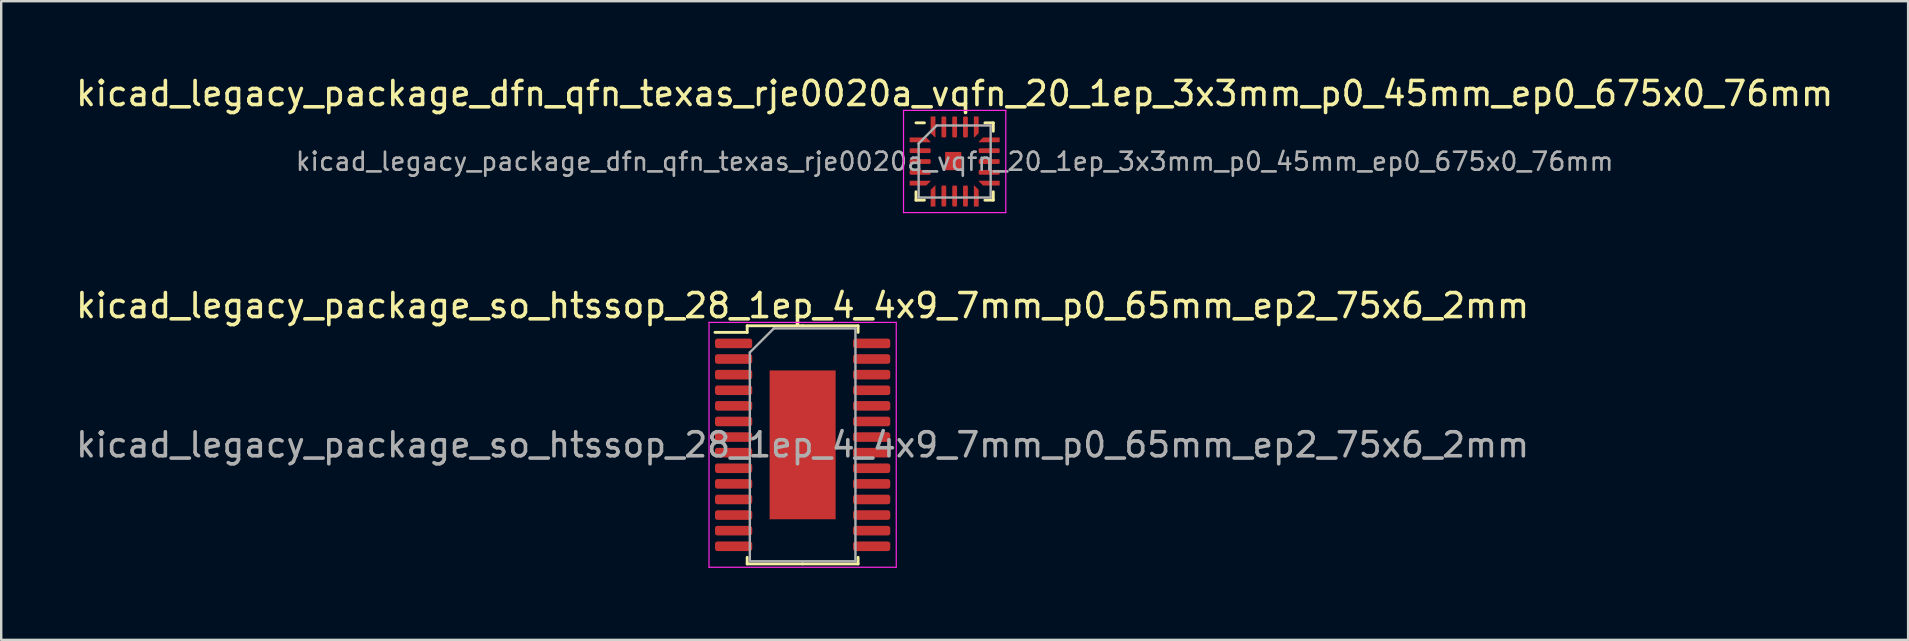
<source format=kicad_pcb>
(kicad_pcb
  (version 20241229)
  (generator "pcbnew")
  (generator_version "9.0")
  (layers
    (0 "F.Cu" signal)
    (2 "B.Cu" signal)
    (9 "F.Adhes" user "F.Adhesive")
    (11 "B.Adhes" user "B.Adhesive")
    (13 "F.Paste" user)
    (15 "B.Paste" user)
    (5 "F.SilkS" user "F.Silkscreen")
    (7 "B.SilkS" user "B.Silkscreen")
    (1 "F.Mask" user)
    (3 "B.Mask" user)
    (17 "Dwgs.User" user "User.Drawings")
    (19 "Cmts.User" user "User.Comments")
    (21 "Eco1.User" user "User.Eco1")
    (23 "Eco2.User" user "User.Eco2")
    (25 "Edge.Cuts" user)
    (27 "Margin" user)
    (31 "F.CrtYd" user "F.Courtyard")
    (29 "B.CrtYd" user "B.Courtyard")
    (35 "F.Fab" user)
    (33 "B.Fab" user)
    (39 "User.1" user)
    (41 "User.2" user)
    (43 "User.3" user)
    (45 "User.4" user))
  (footprint "kicad_legacy_package_so_htssop_28_1ep_4_4x9_7mm_p0_65mm_ep2_75x6_2mm"
    (layer "F.Cu")
    (at 30.387 15.482)
    (property "Reference" "kicad_legacy_package_so_htssop_28_1ep_4_4x9_7mm_p0_65mm_ep2_75x6_2mm" (at 0 -5.8 0) (layer "F.SilkS") (effects (font (size 1 1) (thickness 0.15))))
    (attr smd)
    (fp_line (start -2.31 -4.96) (end -2.31 -4.685) (stroke (width 0.12) (type solid)) (layer "F.SilkS"))
    (fp_line (start -2.31 -4.685) (end -3.65 -4.685) (stroke (width 0.12) (type solid)) (layer "F.SilkS"))
    (fp_line (start -2.31 4.96) (end -2.31 4.685) (stroke (width 0.12) (type solid)) (layer "F.SilkS"))
    (fp_line (start 0 -4.96) (end -2.31 -4.96) (stroke (width 0.12) (type solid)) (layer "F.SilkS"))
    (fp_line (start 0 -4.96) (end 2.31 -4.96) (stroke (width 0.12) (type solid)) (layer "F.SilkS"))
    (fp_line (start 0 4.96) (end -2.31 4.96) (stroke (width 0.12) (type solid)) (layer "F.SilkS"))
    (fp_line (start 0 4.96) (end 2.31 4.96) (stroke (width 0.12) (type solid)) (layer "F.SilkS"))
    (fp_line (start 2.31 -4.96) (end 2.31 -4.685) (stroke (width 0.12) (type solid)) (layer "F.SilkS"))
    (fp_line (start 2.31 4.96) (end 2.31 4.685) (stroke (width 0.12) (type solid)) (layer "F.SilkS"))
    (fp_line (start -3.9 -5.1) (end -3.9 5.1) (stroke (width 0.05) (type solid)) (layer "F.CrtYd"))
    (fp_line (start -3.9 5.1) (end 3.9 5.1) (stroke (width 0.05) (type solid)) (layer "F.CrtYd"))
    (fp_line (start 3.9 -5.1) (end -3.9 -5.1) (stroke (width 0.05) (type solid)) (layer "F.CrtYd"))
    (fp_line (start 3.9 5.1) (end 3.9 -5.1) (stroke (width 0.05) (type solid)) (layer "F.CrtYd"))
    (fp_line (start -2.2 -3.85) (end -1.2 -4.85) (stroke (width 0.1) (type solid)) (layer "F.Fab"))
    (fp_line (start -2.2 4.85) (end -2.2 -3.85) (stroke (width 0.1) (type solid)) (layer "F.Fab"))
    (fp_line (start -1.2 -4.85) (end 2.2 -4.85) (stroke (width 0.1) (type solid)) (layer "F.Fab"))
    (fp_line (start 2.2 -4.85) (end 2.2 4.85) (stroke (width 0.1) (type solid)) (layer "F.Fab"))
    (fp_line (start 2.2 4.85) (end -2.2 4.85) (stroke (width 0.1) (type solid)) (layer "F.Fab"))
    (fp_text user "${REFERENCE}" (at 0 0 0) (layer "F.Fab") (effects (font (size 1 1) (thickness 0.15))))
    (pad "" smd roundrect (at 0 0) (size 2.22 5) (layers "F.Paste") (roundrect_rratio 0.113))
    (pad "1" smd roundrect (at -2.875 -4.225) (size 1.55 0.4) (layers "F.Cu" "F.Mask" "F.Paste") (roundrect_rratio 0.25))
    (pad "2" smd roundrect (at -2.875 -3.575) (size 1.55 0.4) (layers "F.Cu" "F.Mask" "F.Paste") (roundrect_rratio 0.25))
    (pad "3" smd roundrect (at -2.875 -2.925) (size 1.55 0.4) (layers "F.Cu" "F.Mask" "F.Paste") (roundrect_rratio 0.25))
    (pad "4" smd roundrect (at -2.875 -2.275) (size 1.55 0.4) (layers "F.Cu" "F.Mask" "F.Paste") (roundrect_rratio 0.25))
    (pad "5" smd roundrect (at -2.875 -1.625) (size 1.55 0.4) (layers "F.Cu" "F.Mask" "F.Paste") (roundrect_rratio 0.25))
    (pad "6" smd roundrect (at -2.875 -0.975) (size 1.55 0.4) (layers "F.Cu" "F.Mask" "F.Paste") (roundrect_rratio 0.25))
    (pad "7" smd roundrect (at -2.875 -0.325) (size 1.55 0.4) (layers "F.Cu" "F.Mask" "F.Paste") (roundrect_rratio 0.25))
    (pad "8" smd roundrect (at -2.875 0.325) (size 1.55 0.4) (layers "F.Cu" "F.Mask" "F.Paste") (roundrect_rratio 0.25))
    (pad "9" smd roundrect (at -2.875 0.975) (size 1.55 0.4) (layers "F.Cu" "F.Mask" "F.Paste") (roundrect_rratio 0.25))
    (pad "10" smd roundrect (at -2.875 1.625) (size 1.55 0.4) (layers "F.Cu" "F.Mask" "F.Paste") (roundrect_rratio 0.25))
    (pad "11" smd roundrect (at -2.875 2.275) (size 1.55 0.4) (layers "F.Cu" "F.Mask" "F.Paste") (roundrect_rratio 0.25))
    (pad "12" smd roundrect (at -2.875 2.925) (size 1.55 0.4) (layers "F.Cu" "F.Mask" "F.Paste") (roundrect_rratio 0.25))
    (pad "13" smd roundrect (at -2.875 3.575) (size 1.55 0.4) (layers "F.Cu" "F.Mask" "F.Paste") (roundrect_rratio 0.25))
    (pad "14" smd roundrect (at -2.875 4.225) (size 1.55 0.4) (layers "F.Cu" "F.Mask" "F.Paste") (roundrect_rratio 0.25))
    (pad "15" smd roundrect (at 2.875 4.225) (size 1.55 0.4) (layers "F.Cu" "F.Mask" "F.Paste") (roundrect_rratio 0.25))
    (pad "16" smd roundrect (at 2.875 3.575) (size 1.55 0.4) (layers "F.Cu" "F.Mask" "F.Paste") (roundrect_rratio 0.25))
    (pad "17" smd roundrect (at 2.875 2.925) (size 1.55 0.4) (layers "F.Cu" "F.Mask" "F.Paste") (roundrect_rratio 0.25))
    (pad "18" smd roundrect (at 2.875 2.275) (size 1.55 0.4) (layers "F.Cu" "F.Mask" "F.Paste") (roundrect_rratio 0.25))
    (pad "19" smd roundrect (at 2.875 1.625) (size 1.55 0.4) (layers "F.Cu" "F.Mask" "F.Paste") (roundrect_rratio 0.25))
    (pad "20" smd roundrect (at 2.875 0.975) (size 1.55 0.4) (layers "F.Cu" "F.Mask" "F.Paste") (roundrect_rratio 0.25))
    (pad "21" smd roundrect (at 2.875 0.325) (size 1.55 0.4) (layers "F.Cu" "F.Mask" "F.Paste") (roundrect_rratio 0.25))
    (pad "22" smd roundrect (at 2.875 -0.325) (size 1.55 0.4) (layers "F.Cu" "F.Mask" "F.Paste") (roundrect_rratio 0.25))
    (pad "23" smd roundrect (at 2.875 -0.975) (size 1.55 0.4) (layers "F.Cu" "F.Mask" "F.Paste") (roundrect_rratio 0.25))
    (pad "24" smd roundrect (at 2.875 -1.625) (size 1.55 0.4) (layers "F.Cu" "F.Mask" "F.Paste") (roundrect_rratio 0.25))
    (pad "25" smd roundrect (at 2.875 -2.275) (size 1.55 0.4) (layers "F.Cu" "F.Mask" "F.Paste") (roundrect_rratio 0.25))
    (pad "26" smd roundrect (at 2.875 -2.925) (size 1.55 0.4) (layers "F.Cu" "F.Mask" "F.Paste") (roundrect_rratio 0.25))
    (pad "27" smd roundrect (at 2.875 -3.575) (size 1.55 0.4) (layers "F.Cu" "F.Mask" "F.Paste") (roundrect_rratio 0.25))
    (pad "28" smd roundrect (at 2.875 -4.225) (size 1.55 0.4) (layers "F.Cu" "F.Mask" "F.Paste") (roundrect_rratio 0.25))
    (pad "29" smd rect (at 0 0) (size 2.75 6.2) (layers "F.Cu" "F.Mask")))
  (footprint "kicad_legacy_package_dfn_qfn_texas_rje0020a_vqfn_20_1ep_3x3mm_p0_45mm_ep0_675x0_76mm"
    (layer "F.Cu")
    (at 36.72 3.678)
    (property "Reference" "kicad_legacy_package_dfn_qfn_texas_rje0020a_vqfn_20_1ep_3x3mm_p0_45mm_ep0_675x0_76mm" (at 0 -2.83 0) (layer "F.SilkS") (effects (font (size 1 1) (thickness 0.15))))
    (attr smd)
    (fp_line (start -1.61 1.61) (end -1.61 1.26) (stroke (width 0.12) (type solid)) (layer "F.SilkS"))
    (fp_line (start -1.26 -1.61) (end -1.61 -1.61) (stroke (width 0.12) (type solid)) (layer "F.SilkS"))
    (fp_line (start -1.26 1.61) (end -1.61 1.61) (stroke (width 0.12) (type solid)) (layer "F.SilkS"))
    (fp_line (start 1.26 -1.61) (end 1.61 -1.61) (stroke (width 0.12) (type solid)) (layer "F.SilkS"))
    (fp_line (start 1.26 1.61) (end 1.61 1.61) (stroke (width 0.12) (type solid)) (layer "F.SilkS"))
    (fp_line (start 1.61 -1.61) (end 1.61 -1.26) (stroke (width 0.12) (type solid)) (layer "F.SilkS"))
    (fp_line (start 1.61 1.61) (end 1.61 1.26) (stroke (width 0.12) (type solid)) (layer "F.SilkS"))
    (fp_line (start -2.13 -2.13) (end -2.13 2.13) (stroke (width 0.05) (type solid)) (layer "F.CrtYd"))
    (fp_line (start -2.13 2.13) (end 2.13 2.13) (stroke (width 0.05) (type solid)) (layer "F.CrtYd"))
    (fp_line (start 2.13 -2.13) (end -2.13 -2.13) (stroke (width 0.05) (type solid)) (layer "F.CrtYd"))
    (fp_line (start 2.13 2.13) (end 2.13 -2.13) (stroke (width 0.05) (type solid)) (layer "F.CrtYd"))
    (fp_line (start -1.5 -0.75) (end -0.75 -1.5) (stroke (width 0.1) (type solid)) (layer "F.Fab"))
    (fp_line (start -1.5 1.5) (end -1.5 -0.75) (stroke (width 0.1) (type solid)) (layer "F.Fab"))
    (fp_line (start -0.75 -1.5) (end 1.5 -1.5) (stroke (width 0.1) (type solid)) (layer "F.Fab"))
    (fp_line (start 1.5 -1.5) (end 1.5 1.5) (stroke (width 0.1) (type solid)) (layer "F.Fab"))
    (fp_line (start 1.5 1.5) (end -1.5 1.5) (stroke (width 0.1) (type solid)) (layer "F.Fab"))
    (fp_text user "${REFERENCE}" (at 0 0 0) (layer "F.Fab") (effects (font (size 0.75 0.75) (thickness 0.11))))
    (pad "" smd roundrect (at -0.06 -0.018) (size 0.64 0.72) (layers "F.Paste") (roundrect_rratio 0.25))
    (pad "1" smd custom (at -1.438 -0.9) (size 0.073 0.073) (layers "F.Cu" "F.Mask" "F.Paste") (options (anchor circle)) (primitives (gr_poly (pts (xy -0.427 -0.09) (xy 0.253 -0.09) (xy 0.427 0.084) (xy 0.427 0.09) (xy -0.427 0.09)) (width 0.02) (fill yes))))
    (pad "2" smd roundrect (at -1.438 -0.45) (size 0.875 0.2) (layers "F.Cu" "F.Mask" "F.Paste") (roundrect_rratio 0.25))
    (pad "3" smd roundrect (at -1.438 0) (size 0.875 0.2) (layers "F.Cu" "F.Mask" "F.Paste") (roundrect_rratio 0.25))
    (pad "4" smd roundrect (at -1.438 0.45) (size 0.875 0.2) (layers "F.Cu" "F.Mask" "F.Paste") (roundrect_rratio 0.25))
    (pad "5" smd custom (at -1.438 0.9) (size 0.073 0.073) (layers "F.Cu" "F.Mask" "F.Paste") (options (anchor circle)) (primitives (gr_poly (pts (xy -0.427 -0.09) (xy 0.427 -0.09) (xy 0.427 -0.084) (xy 0.253 0.09) (xy -0.427 0.09)) (width 0.02) (fill yes))))
    (pad "6" smd custom (at -0.9 1.438) (size 0.073 0.073) (layers "F.Cu" "F.Mask" "F.Paste") (options (anchor circle)) (primitives (gr_poly (pts (xy -0.09 -0.253) (xy 0.084 -0.427) (xy 0.09 -0.427) (xy 0.09 0.427) (xy -0.09 0.427)) (width 0.02) (fill yes))))
    (pad "7" smd roundrect (at -0.45 1.438) (size 0.2 0.875) (layers "F.Cu" "F.Mask" "F.Paste") (roundrect_rratio 0.25))
    (pad "8" smd roundrect (at 0 1.438) (size 0.2 0.875) (layers "F.Cu" "F.Mask" "F.Paste") (roundrect_rratio 0.25))
    (pad "9" smd roundrect (at 0.45 1.438) (size 0.2 0.875) (layers "F.Cu" "F.Mask" "F.Paste") (roundrect_rratio 0.25))
    (pad "10" smd custom (at 0.9 1.438) (size 0.073 0.073) (layers "F.Cu" "F.Mask" "F.Paste") (options (anchor circle)) (primitives (gr_poly (pts (xy -0.09 -0.427) (xy -0.084 -0.427) (xy 0.09 -0.253) (xy 0.09 0.427) (xy -0.09 0.427)) (width 0.02) (fill yes))))
    (pad "11" smd custom (at 1.438 0.9) (size 0.073 0.073) (layers "F.Cu" "F.Mask" "F.Paste") (options (anchor circle)) (primitives (gr_poly (pts (xy -0.427 -0.09) (xy 0.427 -0.09) (xy 0.427 0.09) (xy -0.253 0.09) (xy -0.427 -0.084)) (width 0.02) (fill yes))))
    (pad "12" smd roundrect (at 1.438 0.45) (size 0.875 0.2) (layers "F.Cu" "F.Mask" "F.Paste") (roundrect_rratio 0.25))
    (pad "13" smd roundrect (at 1.438 0) (size 0.875 0.2) (layers "F.Cu" "F.Mask" "F.Paste") (roundrect_rratio 0.25))
    (pad "14" smd roundrect (at 1.438 -0.45) (size 0.875 0.2) (layers "F.Cu" "F.Mask" "F.Paste") (roundrect_rratio 0.25))
    (pad "15" smd custom (at 1.438 -0.9) (size 0.073 0.073) (layers "F.Cu" "F.Mask" "F.Paste") (options (anchor circle)) (primitives (gr_poly (pts (xy -0.427 0.084) (xy -0.253 -0.09) (xy 0.427 -0.09) (xy 0.427 0.09) (xy -0.427 0.09)) (width 0.02) (fill yes))))
    (pad "16" smd custom (at 0.9 -1.438) (size 0.073 0.073) (layers "F.Cu" "F.Mask" "F.Paste") (options (anchor circle)) (primitives (gr_poly (pts (xy -0.09 -0.427) (xy 0.09 -0.427) (xy 0.09 0.253) (xy -0.084 0.427) (xy -0.09 0.427)) (width 0.02) (fill yes))))
    (pad "17" smd roundrect (at 0.45 -1.438) (size 0.2 0.875) (layers "F.Cu" "F.Mask" "F.Paste") (roundrect_rratio 0.25))
    (pad "18" smd roundrect (at 0 -1.438) (size 0.2 0.875) (layers "F.Cu" "F.Mask" "F.Paste") (roundrect_rratio 0.25))
    (pad "19" smd roundrect (at -0.45 -1.438) (size 0.2 0.875) (layers "F.Cu" "F.Mask" "F.Paste") (roundrect_rratio 0.25))
    (pad "20" smd custom (at -0.9 -1.438) (size 0.073 0.073) (layers "F.Cu" "F.Mask" "F.Paste") (options (anchor circle)) (primitives (gr_poly (pts (xy -0.09 -0.427) (xy 0.09 -0.427) (xy 0.09 0.427) (xy 0.084 0.427) (xy -0.09 0.253)) (width 0.02) (fill yes))))
    (pad "21" smd rect (at -0.06 -0.018) (size 0.675 0.76) (layers "F.Cu" "F.Mask")))
  (gr_rect
    (start -3 -3)
    (end 76.44 23.607)
    (stroke (width 0.1) (type default))
    (fill no)
    (layer "Edge.Cuts")))
</source>
